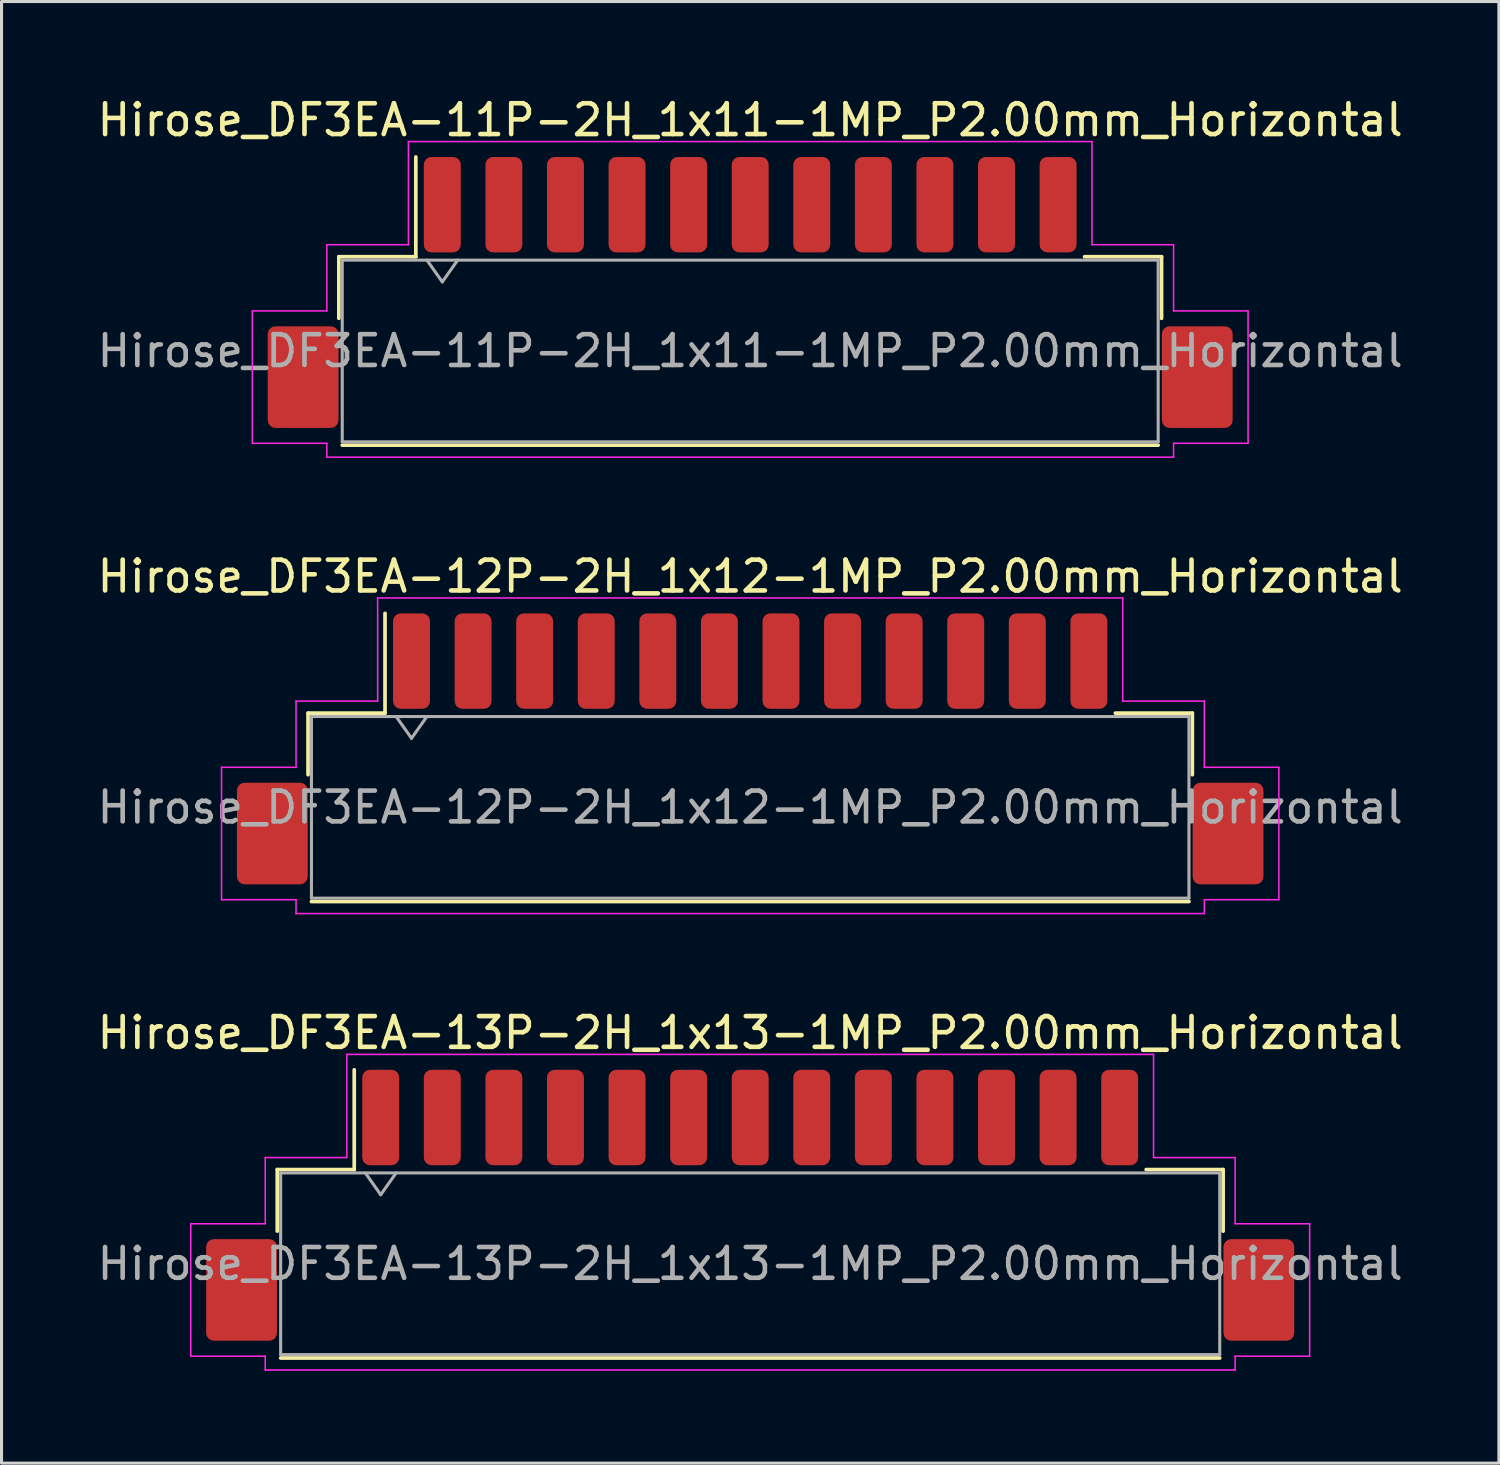
<source format=kicad_pcb>
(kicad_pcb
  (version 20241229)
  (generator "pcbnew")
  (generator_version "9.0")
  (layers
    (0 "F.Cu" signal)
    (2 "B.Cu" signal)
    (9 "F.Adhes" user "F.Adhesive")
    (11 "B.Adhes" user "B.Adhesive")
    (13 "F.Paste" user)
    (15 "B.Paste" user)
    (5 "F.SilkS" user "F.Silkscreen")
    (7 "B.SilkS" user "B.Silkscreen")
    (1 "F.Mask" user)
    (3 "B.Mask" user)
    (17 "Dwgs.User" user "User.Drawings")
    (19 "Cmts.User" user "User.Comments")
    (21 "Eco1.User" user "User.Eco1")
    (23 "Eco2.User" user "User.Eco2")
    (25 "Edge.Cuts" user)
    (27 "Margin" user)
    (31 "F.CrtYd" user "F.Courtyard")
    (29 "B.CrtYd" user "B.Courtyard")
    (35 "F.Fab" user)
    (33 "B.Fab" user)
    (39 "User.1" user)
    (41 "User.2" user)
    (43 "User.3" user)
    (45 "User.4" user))
  (footprint "Hirose_DF3EA-12P-2H_1x12-1MP_P2.00mm_Horizontal"
    (layer "F.Cu")
    (at 21.315 21.271)
    (property "Reference" "Hirose_DF3EA-12P-2H_1x12-1MP_P2.00mm_Horizontal" (at 0 -5.6 0) (layer "F.SilkS") (effects (font (size 1 1) (thickness 0.15))))
    (attr smd)
    (fp_line (start -14.36 -1.16) (end -11.86 -1.16) (stroke (width 0.12) (type solid)) (layer "F.SilkS"))
    (fp_line (start -14.36 0.84) (end -14.36 -1.16) (stroke (width 0.12) (type solid)) (layer "F.SilkS"))
    (fp_line (start -14.25 4.96) (end 14.25 4.96) (stroke (width 0.12) (type solid)) (layer "F.SilkS"))
    (fp_line (start -11.86 -1.16) (end -11.86 -4.4) (stroke (width 0.12) (type solid)) (layer "F.SilkS"))
    (fp_line (start 14.36 -1.16) (end 11.86 -1.16) (stroke (width 0.12) (type solid)) (layer "F.SilkS"))
    (fp_line (start 14.36 0.84) (end 14.36 -1.16) (stroke (width 0.12) (type solid)) (layer "F.SilkS"))
    (fp_line (start -17.17 0.6) (end -14.75 0.6) (stroke (width 0.05) (type solid)) (layer "F.CrtYd"))
    (fp_line (start -17.17 4.9) (end -17.17 0.6) (stroke (width 0.05) (type solid)) (layer "F.CrtYd"))
    (fp_line (start -14.75 -1.55) (end -12.1 -1.55) (stroke (width 0.05) (type solid)) (layer "F.CrtYd"))
    (fp_line (start -14.75 0.6) (end -14.75 -1.55) (stroke (width 0.05) (type solid)) (layer "F.CrtYd"))
    (fp_line (start -14.75 4.9) (end -17.17 4.9) (stroke (width 0.05) (type solid)) (layer "F.CrtYd"))
    (fp_line (start -14.75 5.35) (end -14.75 4.9) (stroke (width 0.05) (type solid)) (layer "F.CrtYd"))
    (fp_line (start -12.1 -4.9) (end 12.1 -4.9) (stroke (width 0.05) (type solid)) (layer "F.CrtYd"))
    (fp_line (start -12.1 -1.55) (end -12.1 -4.9) (stroke (width 0.05) (type solid)) (layer "F.CrtYd"))
    (fp_line (start 12.1 -4.9) (end 12.1 -1.55) (stroke (width 0.05) (type solid)) (layer "F.CrtYd"))
    (fp_line (start 12.1 -1.55) (end 14.75 -1.55) (stroke (width 0.05) (type solid)) (layer "F.CrtYd"))
    (fp_line (start 14.75 -1.55) (end 14.75 0.6) (stroke (width 0.05) (type solid)) (layer "F.CrtYd"))
    (fp_line (start 14.75 0.6) (end 17.17 0.6) (stroke (width 0.05) (type solid)) (layer "F.CrtYd"))
    (fp_line (start 14.75 4.9) (end 14.75 5.35) (stroke (width 0.05) (type solid)) (layer "F.CrtYd"))
    (fp_line (start 14.75 5.35) (end -14.75 5.35) (stroke (width 0.05) (type solid)) (layer "F.CrtYd"))
    (fp_line (start 17.17 0.6) (end 17.17 4.9) (stroke (width 0.05) (type solid)) (layer "F.CrtYd"))
    (fp_line (start 17.17 4.9) (end 14.75 4.9) (stroke (width 0.05) (type solid)) (layer "F.CrtYd"))
    (fp_line (start -14.25 -1.05) (end -14.25 4.85) (stroke (width 0.1) (type solid)) (layer "F.Fab"))
    (fp_line (start -14.25 -1.05) (end 14.25 -1.05) (stroke (width 0.1) (type solid)) (layer "F.Fab"))
    (fp_line (start -14.25 4.85) (end 14.25 4.85) (stroke (width 0.1) (type solid)) (layer "F.Fab"))
    (fp_line (start -11.5 -1.05) (end -11 -0.343) (stroke (width 0.1) (type solid)) (layer "F.Fab"))
    (fp_line (start -11 -0.343) (end -10.5 -1.05) (stroke (width 0.1) (type solid)) (layer "F.Fab"))
    (fp_line (start 14.25 -1.05) (end 14.25 4.85) (stroke (width 0.1) (type solid)) (layer "F.Fab"))
    (fp_text user "${REFERENCE}" (at 0 1.9 0) (layer "F.Fab") (effects (font (size 1 1) (thickness 0.15))))
    (pad "1" smd roundrect (at -11 -2.85) (size 1.2 3.1) (layers "F.Cu" "F.Mask" "F.Paste") (roundrect_rratio 0.208))
    (pad "2" smd roundrect (at -9 -2.85) (size 1.2 3.1) (layers "F.Cu" "F.Mask" "F.Paste") (roundrect_rratio 0.208))
    (pad "3" smd roundrect (at -7 -2.85) (size 1.2 3.1) (layers "F.Cu" "F.Mask" "F.Paste") (roundrect_rratio 0.208))
    (pad "4" smd roundrect (at -5 -2.85) (size 1.2 3.1) (layers "F.Cu" "F.Mask" "F.Paste") (roundrect_rratio 0.208))
    (pad "5" smd roundrect (at -3 -2.85) (size 1.2 3.1) (layers "F.Cu" "F.Mask" "F.Paste") (roundrect_rratio 0.208))
    (pad "6" smd roundrect (at -1 -2.85) (size 1.2 3.1) (layers "F.Cu" "F.Mask" "F.Paste") (roundrect_rratio 0.208))
    (pad "7" smd roundrect (at 1 -2.85) (size 1.2 3.1) (layers "F.Cu" "F.Mask" "F.Paste") (roundrect_rratio 0.208))
    (pad "8" smd roundrect (at 3 -2.85) (size 1.2 3.1) (layers "F.Cu" "F.Mask" "F.Paste") (roundrect_rratio 0.208))
    (pad "9" smd roundrect (at 5 -2.85) (size 1.2 3.1) (layers "F.Cu" "F.Mask" "F.Paste") (roundrect_rratio 0.208))
    (pad "10" smd roundrect (at 7 -2.85) (size 1.2 3.1) (layers "F.Cu" "F.Mask" "F.Paste") (roundrect_rratio 0.208))
    (pad "11" smd roundrect (at 9 -2.85) (size 1.2 3.1) (layers "F.Cu" "F.Mask" "F.Paste") (roundrect_rratio 0.208))
    (pad "12" smd roundrect (at 11 -2.85) (size 1.2 3.1) (layers "F.Cu" "F.Mask" "F.Paste") (roundrect_rratio 0.208))
    (pad "MP" smd roundrect (at -15.52 2.75) (size 2.3 3.3) (layers "F.Cu" "F.Mask" "F.Paste") (roundrect_rratio 0.109))
    (pad "MP" smd roundrect (at 15.52 2.75) (size 2.3 3.3) (layers "F.Cu" "F.Mask" "F.Paste") (roundrect_rratio 0.109)))
  (footprint "Hirose_DF3EA-13P-2H_1x13-1MP_P2.00mm_Horizontal"
    (layer "F.Cu")
    (at 21.315 36.095)
    (property "Reference" "Hirose_DF3EA-13P-2H_1x13-1MP_P2.00mm_Horizontal" (at 0 -5.6 0) (layer "F.SilkS") (effects (font (size 1 1) (thickness 0.15))))
    (attr smd)
    (fp_line (start -15.36 -1.16) (end -12.86 -1.16) (stroke (width 0.12) (type solid)) (layer "F.SilkS"))
    (fp_line (start -15.36 0.84) (end -15.36 -1.16) (stroke (width 0.12) (type solid)) (layer "F.SilkS"))
    (fp_line (start -15.25 4.96) (end 15.25 4.96) (stroke (width 0.12) (type solid)) (layer "F.SilkS"))
    (fp_line (start -12.86 -1.16) (end -12.86 -4.4) (stroke (width 0.12) (type solid)) (layer "F.SilkS"))
    (fp_line (start 15.36 -1.16) (end 12.86 -1.16) (stroke (width 0.12) (type solid)) (layer "F.SilkS"))
    (fp_line (start 15.36 0.84) (end 15.36 -1.16) (stroke (width 0.12) (type solid)) (layer "F.SilkS"))
    (fp_line (start -18.17 0.6) (end -15.75 0.6) (stroke (width 0.05) (type solid)) (layer "F.CrtYd"))
    (fp_line (start -18.17 4.9) (end -18.17 0.6) (stroke (width 0.05) (type solid)) (layer "F.CrtYd"))
    (fp_line (start -15.75 -1.55) (end -13.1 -1.55) (stroke (width 0.05) (type solid)) (layer "F.CrtYd"))
    (fp_line (start -15.75 0.6) (end -15.75 -1.55) (stroke (width 0.05) (type solid)) (layer "F.CrtYd"))
    (fp_line (start -15.75 4.9) (end -18.17 4.9) (stroke (width 0.05) (type solid)) (layer "F.CrtYd"))
    (fp_line (start -15.75 5.35) (end -15.75 4.9) (stroke (width 0.05) (type solid)) (layer "F.CrtYd"))
    (fp_line (start -13.1 -4.9) (end 13.1 -4.9) (stroke (width 0.05) (type solid)) (layer "F.CrtYd"))
    (fp_line (start -13.1 -1.55) (end -13.1 -4.9) (stroke (width 0.05) (type solid)) (layer "F.CrtYd"))
    (fp_line (start 13.1 -4.9) (end 13.1 -1.55) (stroke (width 0.05) (type solid)) (layer "F.CrtYd"))
    (fp_line (start 13.1 -1.55) (end 15.75 -1.55) (stroke (width 0.05) (type solid)) (layer "F.CrtYd"))
    (fp_line (start 15.75 -1.55) (end 15.75 0.6) (stroke (width 0.05) (type solid)) (layer "F.CrtYd"))
    (fp_line (start 15.75 0.6) (end 18.17 0.6) (stroke (width 0.05) (type solid)) (layer "F.CrtYd"))
    (fp_line (start 15.75 4.9) (end 15.75 5.35) (stroke (width 0.05) (type solid)) (layer "F.CrtYd"))
    (fp_line (start 15.75 5.35) (end -15.75 5.35) (stroke (width 0.05) (type solid)) (layer "F.CrtYd"))
    (fp_line (start 18.17 0.6) (end 18.17 4.9) (stroke (width 0.05) (type solid)) (layer "F.CrtYd"))
    (fp_line (start 18.17 4.9) (end 15.75 4.9) (stroke (width 0.05) (type solid)) (layer "F.CrtYd"))
    (fp_line (start -15.25 -1.05) (end -15.25 4.85) (stroke (width 0.1) (type solid)) (layer "F.Fab"))
    (fp_line (start -15.25 -1.05) (end 15.25 -1.05) (stroke (width 0.1) (type solid)) (layer "F.Fab"))
    (fp_line (start -15.25 4.85) (end 15.25 4.85) (stroke (width 0.1) (type solid)) (layer "F.Fab"))
    (fp_line (start -12.5 -1.05) (end -12 -0.343) (stroke (width 0.1) (type solid)) (layer "F.Fab"))
    (fp_line (start -12 -0.343) (end -11.5 -1.05) (stroke (width 0.1) (type solid)) (layer "F.Fab"))
    (fp_line (start 15.25 -1.05) (end 15.25 4.85) (stroke (width 0.1) (type solid)) (layer "F.Fab"))
    (fp_text user "${REFERENCE}" (at 0 1.9 0) (layer "F.Fab") (effects (font (size 1 1) (thickness 0.15))))
    (pad "1" smd roundrect (at -12 -2.85) (size 1.2 3.1) (layers "F.Cu" "F.Mask" "F.Paste") (roundrect_rratio 0.208))
    (pad "2" smd roundrect (at -10 -2.85) (size 1.2 3.1) (layers "F.Cu" "F.Mask" "F.Paste") (roundrect_rratio 0.208))
    (pad "3" smd roundrect (at -8 -2.85) (size 1.2 3.1) (layers "F.Cu" "F.Mask" "F.Paste") (roundrect_rratio 0.208))
    (pad "4" smd roundrect (at -6 -2.85) (size 1.2 3.1) (layers "F.Cu" "F.Mask" "F.Paste") (roundrect_rratio 0.208))
    (pad "5" smd roundrect (at -4 -2.85) (size 1.2 3.1) (layers "F.Cu" "F.Mask" "F.Paste") (roundrect_rratio 0.208))
    (pad "6" smd roundrect (at -2 -2.85) (size 1.2 3.1) (layers "F.Cu" "F.Mask" "F.Paste") (roundrect_rratio 0.208))
    (pad "7" smd roundrect (at 0 -2.85) (size 1.2 3.1) (layers "F.Cu" "F.Mask" "F.Paste") (roundrect_rratio 0.208))
    (pad "8" smd roundrect (at 2 -2.85) (size 1.2 3.1) (layers "F.Cu" "F.Mask" "F.Paste") (roundrect_rratio 0.208))
    (pad "9" smd roundrect (at 4 -2.85) (size 1.2 3.1) (layers "F.Cu" "F.Mask" "F.Paste") (roundrect_rratio 0.208))
    (pad "10" smd roundrect (at 6 -2.85) (size 1.2 3.1) (layers "F.Cu" "F.Mask" "F.Paste") (roundrect_rratio 0.208))
    (pad "11" smd roundrect (at 8 -2.85) (size 1.2 3.1) (layers "F.Cu" "F.Mask" "F.Paste") (roundrect_rratio 0.208))
    (pad "12" smd roundrect (at 10 -2.85) (size 1.2 3.1) (layers "F.Cu" "F.Mask" "F.Paste") (roundrect_rratio 0.208))
    (pad "13" smd roundrect (at 12 -2.85) (size 1.2 3.1) (layers "F.Cu" "F.Mask" "F.Paste") (roundrect_rratio 0.208))
    (pad "MP" smd roundrect (at -16.52 2.75) (size 2.3 3.3) (layers "F.Cu" "F.Mask" "F.Paste") (roundrect_rratio 0.109))
    (pad "MP" smd roundrect (at 16.52 2.75) (size 2.3 3.3) (layers "F.Cu" "F.Mask" "F.Paste") (roundrect_rratio 0.109)))
  (footprint "Hirose_DF3EA-11P-2H_1x11-1MP_P2.00mm_Horizontal"
    (layer "F.Cu")
    (at 21.315 6.448)
    (property "Reference" "Hirose_DF3EA-11P-2H_1x11-1MP_P2.00mm_Horizontal" (at 0 -5.6 0) (layer "F.SilkS") (effects (font (size 1 1) (thickness 0.15))))
    (attr smd)
    (fp_line (start -13.36 -1.16) (end -10.86 -1.16) (stroke (width 0.12) (type solid)) (layer "F.SilkS"))
    (fp_line (start -13.36 0.84) (end -13.36 -1.16) (stroke (width 0.12) (type solid)) (layer "F.SilkS"))
    (fp_line (start -13.25 4.96) (end 13.25 4.96) (stroke (width 0.12) (type solid)) (layer "F.SilkS"))
    (fp_line (start -10.86 -1.16) (end -10.86 -4.4) (stroke (width 0.12) (type solid)) (layer "F.SilkS"))
    (fp_line (start 13.36 -1.16) (end 10.86 -1.16) (stroke (width 0.12) (type solid)) (layer "F.SilkS"))
    (fp_line (start 13.36 0.84) (end 13.36 -1.16) (stroke (width 0.12) (type solid)) (layer "F.SilkS"))
    (fp_line (start -16.17 0.6) (end -13.75 0.6) (stroke (width 0.05) (type solid)) (layer "F.CrtYd"))
    (fp_line (start -16.17 4.9) (end -16.17 0.6) (stroke (width 0.05) (type solid)) (layer "F.CrtYd"))
    (fp_line (start -13.75 -1.55) (end -11.1 -1.55) (stroke (width 0.05) (type solid)) (layer "F.CrtYd"))
    (fp_line (start -13.75 0.6) (end -13.75 -1.55) (stroke (width 0.05) (type solid)) (layer "F.CrtYd"))
    (fp_line (start -13.75 4.9) (end -16.17 4.9) (stroke (width 0.05) (type solid)) (layer "F.CrtYd"))
    (fp_line (start -13.75 5.35) (end -13.75 4.9) (stroke (width 0.05) (type solid)) (layer "F.CrtYd"))
    (fp_line (start -11.1 -4.9) (end 11.1 -4.9) (stroke (width 0.05) (type solid)) (layer "F.CrtYd"))
    (fp_line (start -11.1 -1.55) (end -11.1 -4.9) (stroke (width 0.05) (type solid)) (layer "F.CrtYd"))
    (fp_line (start 11.1 -4.9) (end 11.1 -1.55) (stroke (width 0.05) (type solid)) (layer "F.CrtYd"))
    (fp_line (start 11.1 -1.55) (end 13.75 -1.55) (stroke (width 0.05) (type solid)) (layer "F.CrtYd"))
    (fp_line (start 13.75 -1.55) (end 13.75 0.6) (stroke (width 0.05) (type solid)) (layer "F.CrtYd"))
    (fp_line (start 13.75 0.6) (end 16.17 0.6) (stroke (width 0.05) (type solid)) (layer "F.CrtYd"))
    (fp_line (start 13.75 4.9) (end 13.75 5.35) (stroke (width 0.05) (type solid)) (layer "F.CrtYd"))
    (fp_line (start 13.75 5.35) (end -13.75 5.35) (stroke (width 0.05) (type solid)) (layer "F.CrtYd"))
    (fp_line (start 16.17 0.6) (end 16.17 4.9) (stroke (width 0.05) (type solid)) (layer "F.CrtYd"))
    (fp_line (start 16.17 4.9) (end 13.75 4.9) (stroke (width 0.05) (type solid)) (layer "F.CrtYd"))
    (fp_line (start -13.25 -1.05) (end -13.25 4.85) (stroke (width 0.1) (type solid)) (layer "F.Fab"))
    (fp_line (start -13.25 -1.05) (end 13.25 -1.05) (stroke (width 0.1) (type solid)) (layer "F.Fab"))
    (fp_line (start -13.25 4.85) (end 13.25 4.85) (stroke (width 0.1) (type solid)) (layer "F.Fab"))
    (fp_line (start -10.5 -1.05) (end -10 -0.343) (stroke (width 0.1) (type solid)) (layer "F.Fab"))
    (fp_line (start -10 -0.343) (end -9.5 -1.05) (stroke (width 0.1) (type solid)) (layer "F.Fab"))
    (fp_line (start 13.25 -1.05) (end 13.25 4.85) (stroke (width 0.1) (type solid)) (layer "F.Fab"))
    (fp_text user "${REFERENCE}" (at 0 1.9 0) (layer "F.Fab") (effects (font (size 1 1) (thickness 0.15))))
    (pad "1" smd roundrect (at -10 -2.85) (size 1.2 3.1) (layers "F.Cu" "F.Mask" "F.Paste") (roundrect_rratio 0.208))
    (pad "2" smd roundrect (at -8 -2.85) (size 1.2 3.1) (layers "F.Cu" "F.Mask" "F.Paste") (roundrect_rratio 0.208))
    (pad "3" smd roundrect (at -6 -2.85) (size 1.2 3.1) (layers "F.Cu" "F.Mask" "F.Paste") (roundrect_rratio 0.208))
    (pad "4" smd roundrect (at -4 -2.85) (size 1.2 3.1) (layers "F.Cu" "F.Mask" "F.Paste") (roundrect_rratio 0.208))
    (pad "5" smd roundrect (at -2 -2.85) (size 1.2 3.1) (layers "F.Cu" "F.Mask" "F.Paste") (roundrect_rratio 0.208))
    (pad "6" smd roundrect (at 0 -2.85) (size 1.2 3.1) (layers "F.Cu" "F.Mask" "F.Paste") (roundrect_rratio 0.208))
    (pad "7" smd roundrect (at 2 -2.85) (size 1.2 3.1) (layers "F.Cu" "F.Mask" "F.Paste") (roundrect_rratio 0.208))
    (pad "8" smd roundrect (at 4 -2.85) (size 1.2 3.1) (layers "F.Cu" "F.Mask" "F.Paste") (roundrect_rratio 0.208))
    (pad "9" smd roundrect (at 6 -2.85) (size 1.2 3.1) (layers "F.Cu" "F.Mask" "F.Paste") (roundrect_rratio 0.208))
    (pad "10" smd roundrect (at 8 -2.85) (size 1.2 3.1) (layers "F.Cu" "F.Mask" "F.Paste") (roundrect_rratio 0.208))
    (pad "11" smd roundrect (at 10 -2.85) (size 1.2 3.1) (layers "F.Cu" "F.Mask" "F.Paste") (roundrect_rratio 0.208))
    (pad "MP" smd roundrect (at -14.52 2.75) (size 2.3 3.3) (layers "F.Cu" "F.Mask" "F.Paste") (roundrect_rratio 0.109))
    (pad "MP" smd roundrect (at 14.52 2.75) (size 2.3 3.3) (layers "F.Cu" "F.Mask" "F.Paste") (roundrect_rratio 0.109)))
  (gr_rect
    (start -3 -3)
    (end 45.631 44.47)
    (stroke (width 0.1) (type default))
    (fill no)
    (layer "Edge.Cuts")))
</source>
